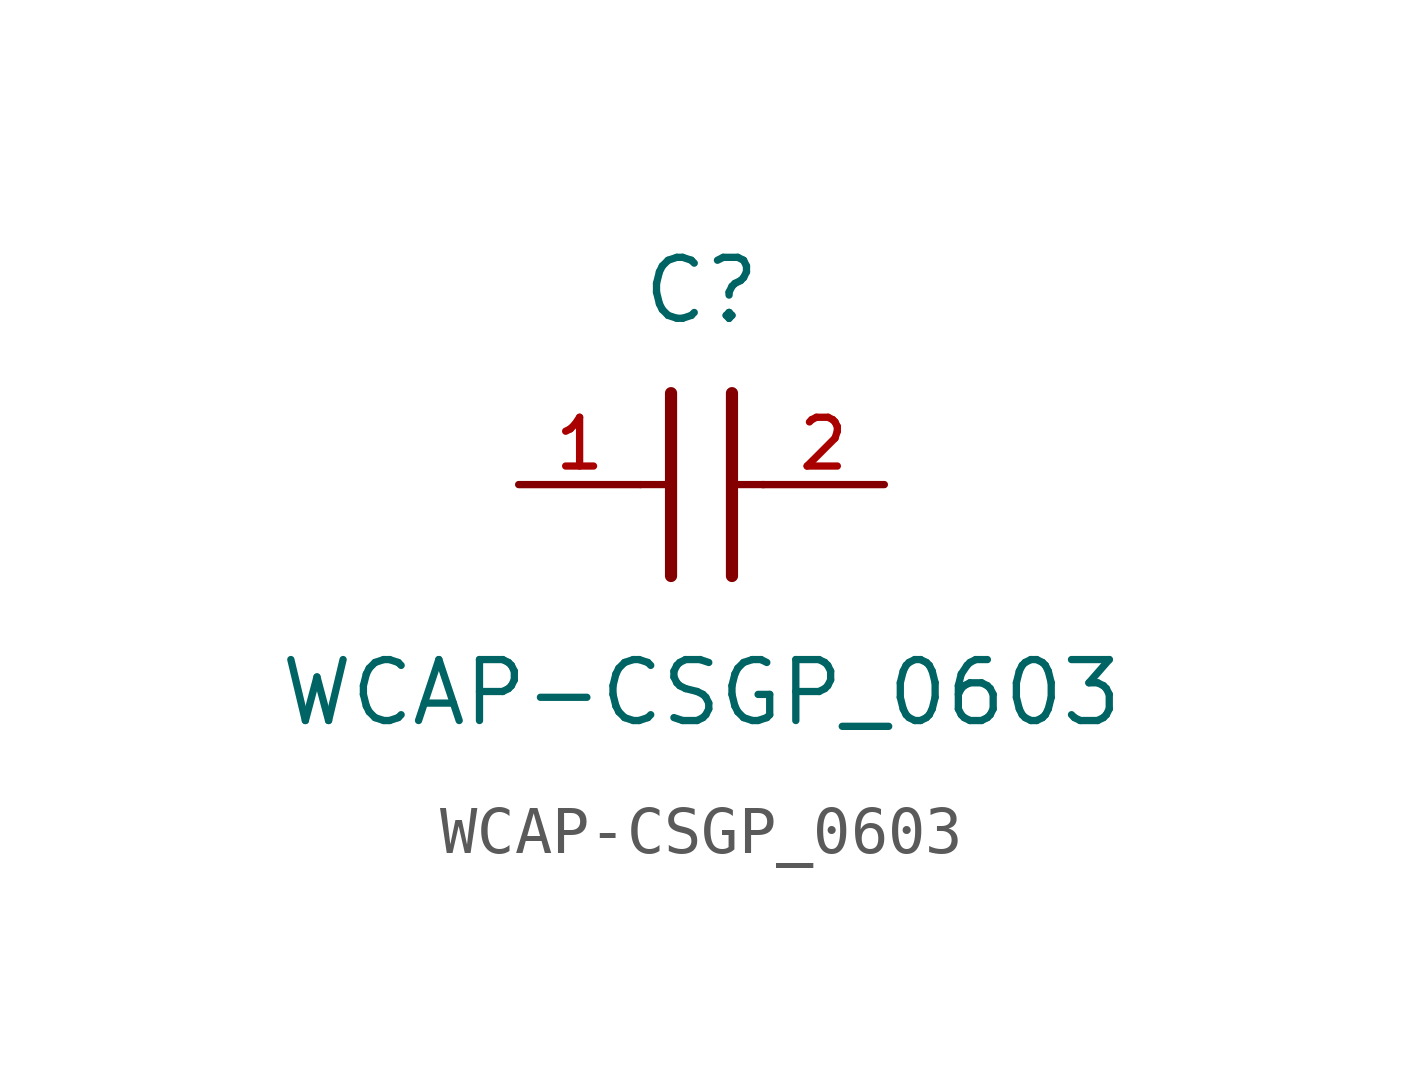
<source format=kicad_sym>
(kicad_symbol_lib
  (version 20211014)
  (generator kicad_symbol_editor)
  (symbol "WCAP-CSGP_0603"
    (pin_names
      (offset 1.016))
    (property "Reference" "C"
      (at 1.27 3.302 0)
      (effects (font (size 1.27 1.27)) (justify bottom)))
    (property "Value" "WCAP-CSGP_0603"
      (at 1.27 -5.08 0)
      (effects (font (size 1.27 1.27)) (justify bottom)))
    (symbol "WCAP-CSGP_0603_0_0"
      (polyline (pts (xy 1.905 1.905) (xy 1.905 -1.905)) (stroke (width 0.254)))
      (polyline (pts (xy 0.635 -1.905) (xy 0.635 1.905)) (stroke (width 0.254)))
      (polyline (pts (xy 0.0 0.0) (xy 0.643 0.0)) (stroke (width 0.152)))
      (polyline (pts (xy 1.928 0.0) (xy 2.57 0.0)) (stroke (width 0.152)))
      (pin passive line (at -2.54 0.0 0) (length 2.54) (name "~" (effects (font (size 1.016 1.016)))) (number "1" (effects (font (size 1.016 1.016)))))
      (pin passive line (at 5.08 0.0 180.0) (length 2.54) (name "~" (effects (font (size 1.016 1.016)))) (number "2" (effects (font (size 1.016 1.016))))))))
</source>
